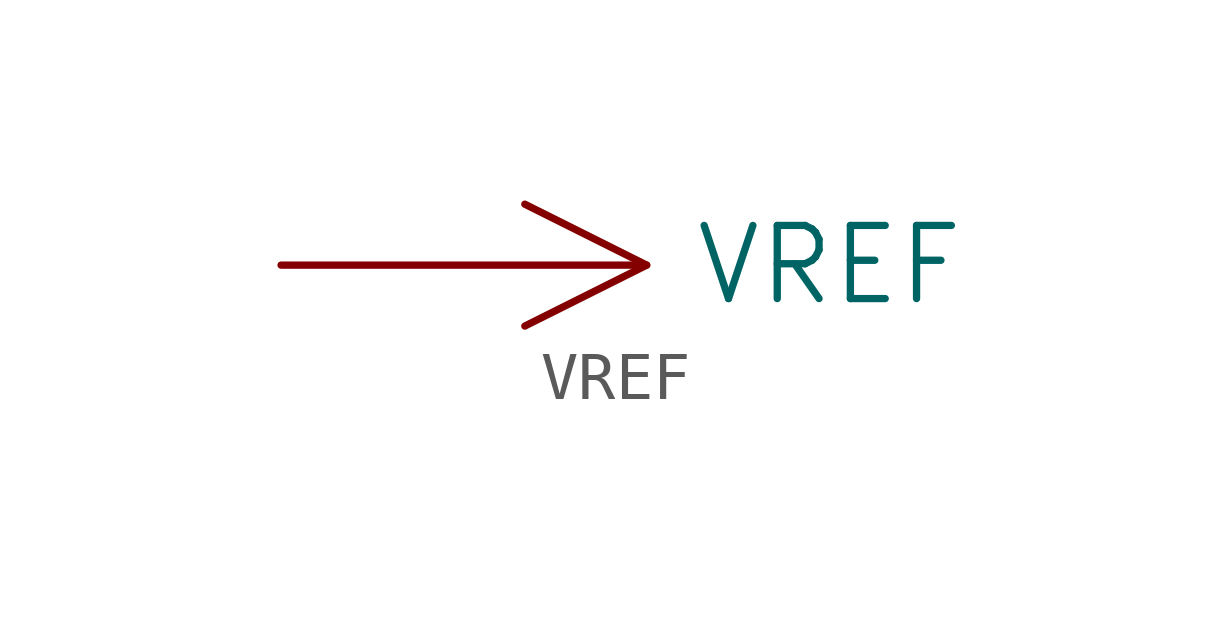
<source format=kicad_sym>
(kicad_symbol_lib
  (version 20220914)
  (generator kicad_symbol_editor)
  (symbol "VREF"
    (power)
    (pin_numbers hide)
    (pin_names
      (offset 0))
    (property "Reference" ""
      (at 2.54 -1.27 0)
      (effects (font (size 1.524 1.524)) hide))
    (property "Value" "VREF"
      (at 11.43 0 0)
      (do_not_autoplace)
      (effects (font (size 1.524 1.524))))
    (property "Footprint" ""
      (at 0 0 0)
      (effects (font (size 1.524 1.524))))
    (property "Datasheet" ""
      (at 0 0 0)
      (effects (font (size 1.524 1.524))))
    (symbol "VREF_0_1"
      (polyline (pts (xy 0 0) (xy 7.62 0)) (stroke (width 0) (type solid)) (fill (type none)))
      (polyline (pts (xy 5.08 1.27) (xy 7.62 0) (xy 5.08 -1.27)) (stroke (width 0) (type solid)) (fill (type none))))
    (symbol "VREF_1_1"
      (pin power_in line (at 0 0 0) (length 5.08) hide (name "+VREF" (effects (font (size 1.27 1.27)))) (number "~" (effects (font (size 1.27 1.27))))))))
</source>
